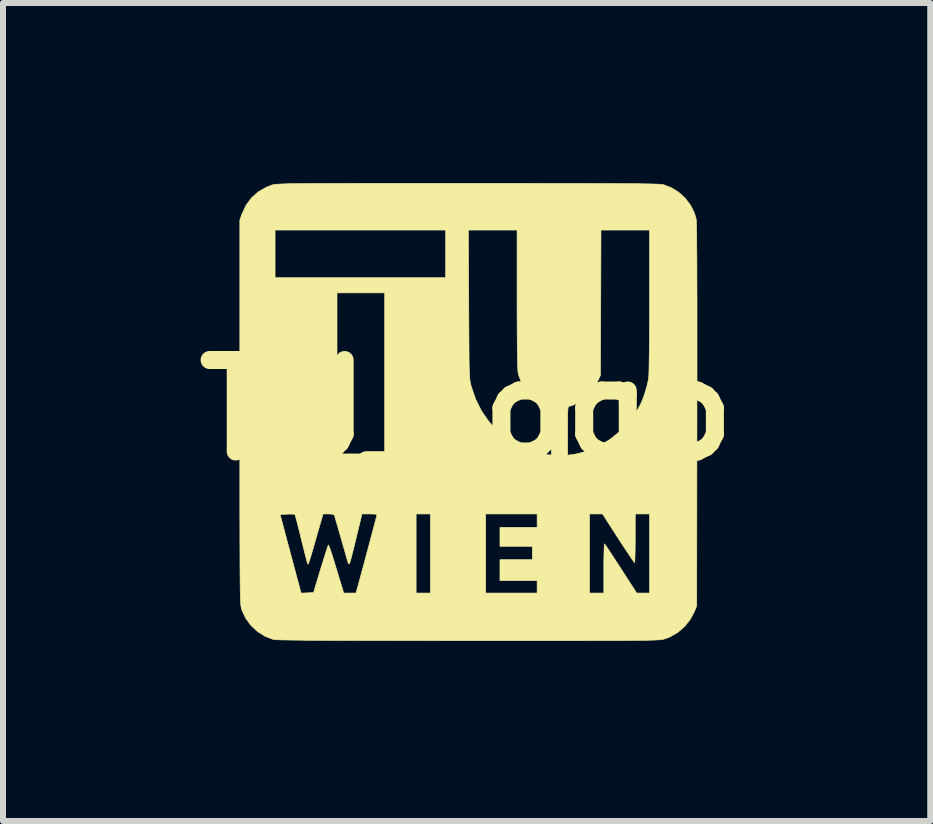
<source format=kicad_pcb>
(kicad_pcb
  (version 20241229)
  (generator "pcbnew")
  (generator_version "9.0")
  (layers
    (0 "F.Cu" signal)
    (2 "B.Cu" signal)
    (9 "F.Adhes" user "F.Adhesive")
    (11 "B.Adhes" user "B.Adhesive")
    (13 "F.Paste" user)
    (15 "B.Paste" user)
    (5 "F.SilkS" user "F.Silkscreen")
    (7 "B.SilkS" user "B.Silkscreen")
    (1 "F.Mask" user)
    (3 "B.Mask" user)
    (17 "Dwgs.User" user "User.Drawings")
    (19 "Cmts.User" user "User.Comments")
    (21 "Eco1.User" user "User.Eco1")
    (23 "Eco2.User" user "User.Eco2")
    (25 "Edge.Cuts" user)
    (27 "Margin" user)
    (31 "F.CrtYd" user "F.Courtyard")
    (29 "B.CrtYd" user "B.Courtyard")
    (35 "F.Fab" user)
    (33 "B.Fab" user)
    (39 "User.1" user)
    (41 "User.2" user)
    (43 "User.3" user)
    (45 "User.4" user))
  (footprint "TU_logo"
    (layer "F.Cu")
    (at 4.724 3.783)
    (property "Reference" "TU_logo" (at 0 0 0) (layer "F.SilkS") (effects (font (size 1.524 1.524) (thickness 0.3))))
    (attr through_hole)
    (fp_poly (pts (xy -0.11 -3.778) (xy 0.019 -3.778) (xy 0.402 -3.778) (xy 0.755 -3.778) (xy 1.078 -3.778) (xy 1.373 -3.777) (xy 1.642 -3.777) (xy 1.884 -3.777) (xy 2.103 -3.776) (xy 2.298 -3.775) (xy 2.471 -3.775) (xy 2.624 -3.774) (xy 2.757 -3.773) (xy 2.872 -3.772) (xy 2.97 -3.77) (xy 3.052 -3.769) (xy 3.119 -3.767) (xy 3.174 -3.765) (xy 3.216 -3.763) (xy 3.247 -3.761) (xy 3.269 -3.758) (xy 3.281 -3.756) (xy 3.413 -3.705) (xy 3.536 -3.628) (xy 3.643 -3.53) (xy 3.731 -3.415) (xy 3.795 -3.288) (xy 3.825 -3.186) (xy 3.827 -3.163) (xy 3.829 -3.116) (xy 3.831 -3.045) (xy 3.833 -2.949) (xy 3.834 -2.827) (xy 3.835 -2.68) (xy 3.837 -2.505) (xy 3.837 -2.304) (xy 3.838 -2.075) (xy 3.839 -1.818) (xy 3.839 -1.532) (xy 3.839 -1.216) (xy 3.839 -0.871) (xy 3.839 -0.495) (xy 3.838 -0.088) (xy 3.838 0.079) (xy 3.834 3.262) (xy 3.797 3.355) (xy 3.727 3.487) (xy 3.633 3.604) (xy 3.52 3.703) (xy 3.392 3.777) (xy 3.307 3.81) (xy 3.295 3.813) (xy 3.282 3.817) (xy 3.266 3.82) (xy 3.248 3.823) (xy 3.225 3.826) (xy 3.196 3.828) (xy 3.159 3.83) (xy 3.114 3.832) (xy 3.059 3.834) (xy 2.993 3.835) (xy 2.914 3.836) (xy 2.821 3.837) (xy 2.712 3.838) (xy 2.587 3.839) (xy 2.444 3.84) (xy 2.282 3.84) (xy 2.099 3.84) (xy 1.894 3.841) (xy 1.665 3.841) (xy 1.412 3.841) (xy 1.132 3.841) (xy 0.826 3.841) (xy 0.49 3.841) (xy 0.125 3.841) (xy 0.026 3.841) (xy -0.367 3.841) (xy -0.73 3.84) (xy -1.063 3.84) (xy -1.367 3.839) (xy -1.644 3.839) (xy -1.894 3.838) (xy -2.119 3.838) (xy -2.32 3.837) (xy -2.497 3.836) (xy -2.653 3.835) (xy -2.787 3.833) (xy -2.901 3.832) (xy -2.996 3.83) (xy -3.073 3.829) (xy -3.133 3.827) (xy -3.177 3.825) (xy -3.207 3.823) (xy -3.223 3.82) (xy -3.223 3.82) (xy -3.361 3.767) (xy -3.486 3.687) (xy -3.594 3.586) (xy -3.681 3.467) (xy -3.743 3.334) (xy -3.748 3.316) (xy -3.752 3.304) (xy -3.755 3.291) (xy -3.758 3.274) (xy -3.761 3.254) (xy -3.763 3.228) (xy -3.765 3.195) (xy -3.767 3.154) (xy -3.769 3.104) (xy -3.771 3.043) (xy -3.772 2.97) (xy -3.773 2.883) (xy -3.774 2.781) (xy -3.775 2.664) (xy -3.776 2.529) (xy -3.776 2.375) (xy -3.777 2.201) (xy -3.777 2.006) (xy -3.778 1.787) (xy -3.778 1.738) (xy -3.107 1.738) (xy -2.991 2.175) (xy -2.957 2.302) (xy -2.922 2.432) (xy -2.889 2.557) (xy -2.858 2.672) (xy -2.833 2.768) (xy -2.816 2.83) (xy -2.757 3.049) (xy -2.55 3.04) (xy -2.433 2.651) (xy -2.4 2.545) (xy -2.37 2.449) (xy -2.345 2.368) (xy -2.324 2.304) (xy -2.31 2.264) (xy -2.304 2.25) (xy -2.296 2.261) (xy -2.28 2.297) (xy -2.26 2.354) (xy -2.236 2.427) (xy -2.217 2.488) (xy -2.187 2.588) (xy -2.155 2.691) (xy -2.126 2.788) (xy -2.101 2.869) (xy -2.094 2.893) (xy -2.047 3.048) (xy -1.844 3.048) (xy -1.82 2.965) (xy -1.808 2.924) (xy -1.791 2.86) (xy -1.768 2.776) (xy -1.742 2.678) (xy -1.712 2.569) (xy -1.681 2.452) (xy -1.649 2.333) (xy -1.617 2.214) (xy -1.587 2.1) (xy -1.559 1.995) (xy -1.535 1.903) (xy -1.515 1.828) (xy -1.501 1.773) (xy -1.493 1.744) (xy -1.492 1.739) (xy -1.507 1.735) (xy -1.546 1.732) (xy -1.601 1.73) (xy -1.618 1.73) (xy -0.841 1.73) (xy -0.841 3.048) (xy -0.603 3.048) (xy -0.603 1.73) (xy 0.318 1.73) (xy 0.318 3.048) (xy 1.175 3.048) (xy 1.175 2.842) (xy 0.556 2.842) (xy 0.556 2.492) (xy 1.095 2.492) (xy 1.095 2.27) (xy 0.556 2.27) (xy 0.556 1.953) (xy 1.175 1.953) (xy 1.175 1.73) (xy 2.048 1.73) (xy 2.048 3.048) (xy 2.286 3.048) (xy 2.286 2.634) (xy 2.286 2.524) (xy 2.288 2.425) (xy 2.29 2.342) (xy 2.292 2.279) (xy 2.295 2.24) (xy 2.298 2.228) (xy 2.31 2.243) (xy 2.336 2.281) (xy 2.375 2.339) (xy 2.424 2.414) (xy 2.482 2.503) (xy 2.546 2.601) (xy 2.572 2.642) (xy 2.834 3.048) (xy 2.941 3.048) (xy 3.048 3.048) (xy 3.048 1.73) (xy 2.81 1.73) (xy 2.81 2.135) (xy 2.809 2.245) (xy 2.808 2.343) (xy 2.806 2.426) (xy 2.804 2.489) (xy 2.801 2.528) (xy 2.798 2.54) (xy 2.787 2.527) (xy 2.761 2.491) (xy 2.722 2.434) (xy 2.673 2.36) (xy 2.615 2.273) (xy 2.551 2.175) (xy 2.525 2.135) (xy 2.265 1.73) (xy 2.048 1.73) (xy 1.175 1.73) (xy 0.318 1.73) (xy -0.603 1.73) (xy -0.841 1.73) (xy -1.618 1.73) (xy -1.743 1.73) (xy -1.842 2.139) (xy -1.868 2.249) (xy -1.893 2.348) (xy -1.915 2.434) (xy -1.933 2.5) (xy -1.946 2.544) (xy -1.953 2.561) (xy -1.966 2.56) (xy -1.974 2.546) (xy -1.981 2.522) (xy -1.995 2.474) (xy -2.015 2.403) (xy -2.04 2.316) (xy -2.068 2.218) (xy -2.087 2.151) (xy -2.117 2.047) (xy -2.144 1.952) (xy -2.168 1.872) (xy -2.186 1.809) (xy -2.197 1.769) (xy -2.2 1.758) (xy -2.212 1.742) (xy -2.238 1.733) (xy -2.288 1.73) (xy -2.3 1.73) (xy -2.391 1.73) (xy -2.484 2.052) (xy -2.525 2.195) (xy -2.558 2.309) (xy -2.584 2.399) (xy -2.605 2.467) (xy -2.62 2.514) (xy -2.631 2.545) (xy -2.639 2.562) (xy -2.644 2.567) (xy -2.646 2.567) (xy -2.652 2.55) (xy -2.664 2.506) (xy -2.681 2.439) (xy -2.703 2.355) (xy -2.728 2.255) (xy -2.753 2.152) (xy -2.78 2.043) (xy -2.805 1.945) (xy -2.826 1.861) (xy -2.844 1.795) (xy -2.856 1.753) (xy -2.861 1.737) (xy -2.88 1.734) (xy -2.922 1.732) (xy -2.979 1.733) (xy -2.988 1.734) (xy -3.107 1.738) (xy -3.778 1.738) (xy -3.778 1.545) (xy -3.778 1.278) (xy -3.778 0.983) (xy -3.778 0.661) (xy -3.778 0.309) (xy -3.778 0.026) (xy -3.778 -1.953) (xy -2.159 -1.953) (xy -2.159 0.73) (xy -1.365 0.73) (xy -1.365 -1.953) (xy -2.159 -1.953) (xy -3.778 -1.953) (xy -3.778 -3) (xy -3.191 -3) (xy -3.191 -2.207) (xy -0.349 -2.207) (xy -0.349 -3) (xy 0.03 -3) (xy 0.036 -1.766) (xy 0.037 -1.539) (xy 0.038 -1.341) (xy 0.039 -1.17) (xy 0.04 -1.025) (xy 0.041 -0.901) (xy 0.042 -0.798) (xy 0.044 -0.713) (xy 0.046 -0.643) (xy 0.049 -0.587) (xy 0.052 -0.542) (xy 0.055 -0.505) (xy 0.059 -0.475) (xy 0.064 -0.449) (xy 0.07 -0.424) (xy 0.076 -0.4) (xy 0.149 -0.186) (xy 0.248 0.012) (xy 0.372 0.192) (xy 0.52 0.353) (xy 0.692 0.492) (xy 0.735 0.521) (xy 0.844 0.584) (xy 0.966 0.641) (xy 1.091 0.688) (xy 1.212 0.723) (xy 1.32 0.742) (xy 1.362 0.745) (xy 1.413 0.746) (xy 1.409 0.348) (xy 1.409 0.33) (xy 1.683 0.33) (xy 1.683 0.75) (xy 1.774 0.739) (xy 1.83 0.729) (xy 1.904 0.711) (xy 1.983 0.688) (xy 2.02 0.676) (xy 2.208 0.596) (xy 2.387 0.489) (xy 2.551 0.357) (xy 2.698 0.206) (xy 2.822 0.038) (xy 2.893 -0.087) (xy 2.933 -0.178) (xy 2.971 -0.286) (xy 3.004 -0.398) (xy 3.028 -0.502) (xy 3.032 -0.524) (xy 3.035 -0.56) (xy 3.038 -0.626) (xy 3.04 -0.721) (xy 3.042 -0.842) (xy 3.044 -0.987) (xy 3.046 -1.156) (xy 3.047 -1.345) (xy 3.048 -1.554) (xy 3.048 -1.781) (xy 3.048 -1.814) (xy 3.048 -3) (xy 2.239 -3) (xy 2.235 -1.79) (xy 2.23 -0.579) (xy 2.171 -0.456) (xy 2.095 -0.329) (xy 2 -0.221) (xy 1.888 -0.137) (xy 1.838 -0.111) (xy 1.784 -0.087) (xy 1.738 -0.07) (xy 1.711 -0.064) (xy 1.702 -0.062) (xy 1.695 -0.053) (xy 1.691 -0.035) (xy 1.687 -0.003) (xy 1.685 0.045) (xy 1.684 0.115) (xy 1.683 0.209) (xy 1.683 0.33) (xy 1.409 0.33) (xy 1.405 -0.05) (xy 1.325 -0.078) (xy 1.197 -0.139) (xy 1.083 -0.226) (xy 0.987 -0.334) (xy 0.913 -0.458) (xy 0.864 -0.594) (xy 0.859 -0.616) (xy 0.855 -0.65) (xy 0.852 -0.711) (xy 0.849 -0.8) (xy 0.846 -0.918) (xy 0.844 -1.066) (xy 0.843 -1.243) (xy 0.842 -1.45) (xy 0.841 -1.689) (xy 0.841 -1.85) (xy 0.841 -3) (xy 0.03 -3) (xy -0.349 -3) (xy -3.191 -3) (xy -3.778 -3) (xy -3.778 -3.167) (xy -3.741 -3.272) (xy -3.674 -3.414) (xy -3.584 -3.536) (xy -3.471 -3.637) (xy -3.336 -3.714) (xy -3.256 -3.746) (xy -3.245 -3.75) (xy -3.232 -3.753) (xy -3.218 -3.756) (xy -3.201 -3.759) (xy -3.179 -3.762) (xy -3.151 -3.764) (xy -3.115 -3.766) (xy -3.072 -3.768) (xy -3.018 -3.77) (xy -2.953 -3.772) (xy -2.875 -3.773) (xy -2.783 -3.774) (xy -2.676 -3.775) (xy -2.553 -3.776) (xy -2.411 -3.776) (xy -2.251 -3.777) (xy -2.069 -3.777) (xy -1.866 -3.778) (xy -1.639 -3.778) (xy -1.388 -3.778) (xy -1.111 -3.778) (xy -0.806 -3.778) (xy -0.473 -3.778) (xy -0.11 -3.778)) (stroke (width 0.01) (type solid)) (fill yes) (layer "F.SilkS")))
  (gr_rect
    (start -3 -3)
    (end 12.449 10.629)
    (stroke (width 0.1) (type default))
    (fill no)
    (layer "Edge.Cuts")))
</source>
